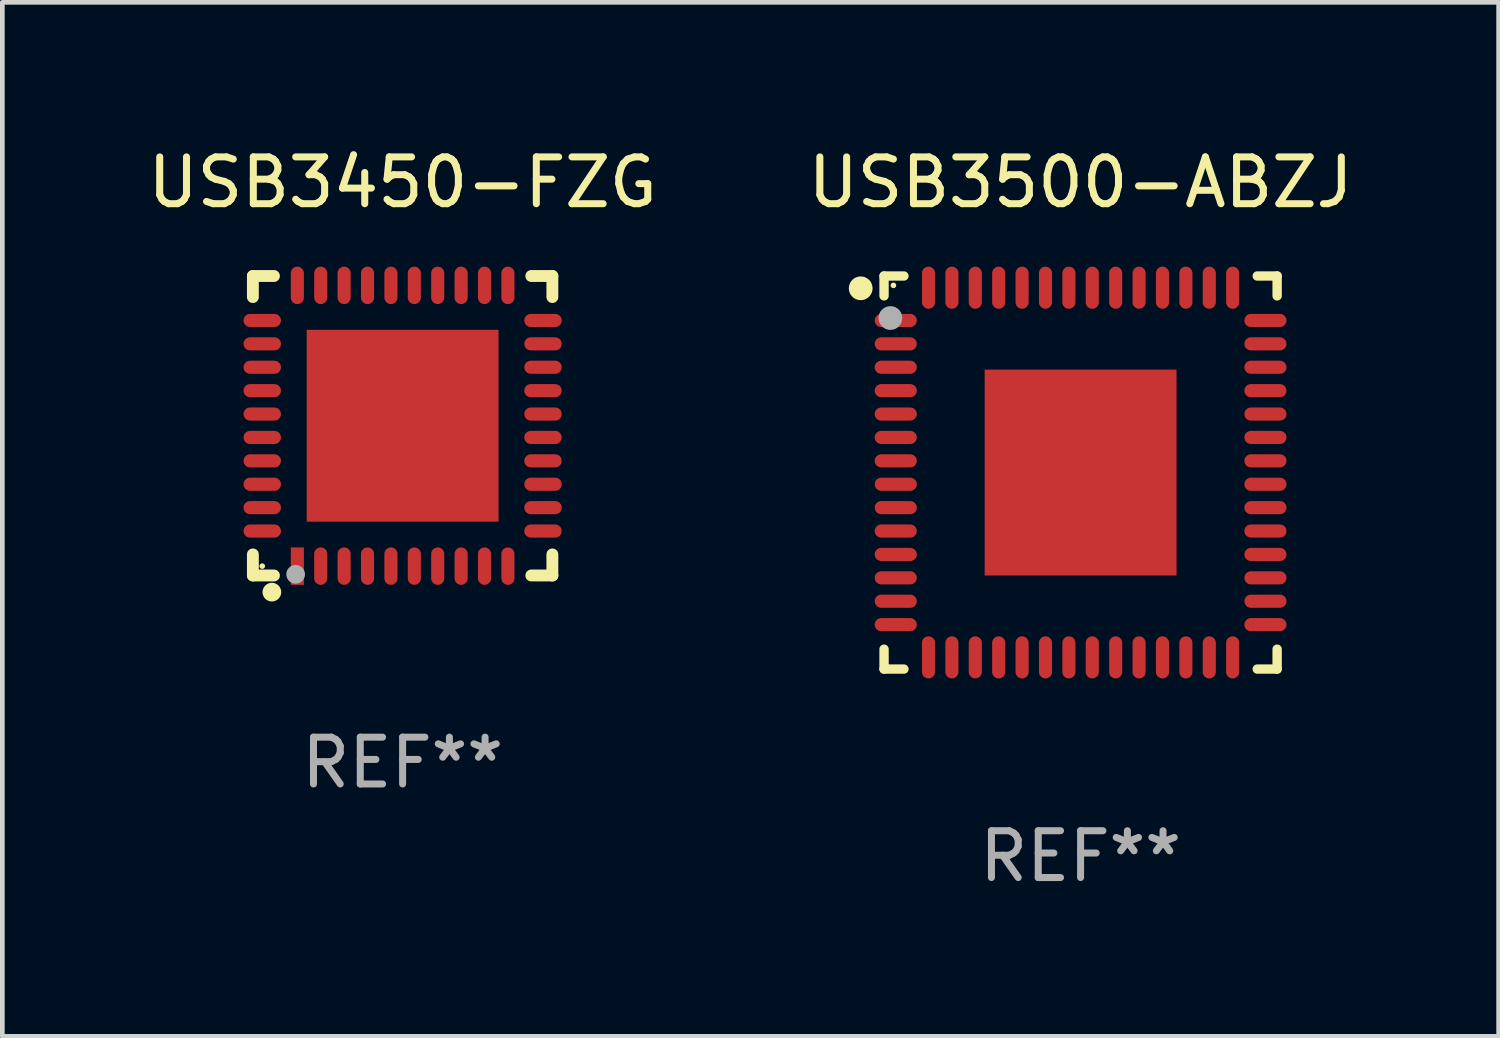
<source format=kicad_pcb>
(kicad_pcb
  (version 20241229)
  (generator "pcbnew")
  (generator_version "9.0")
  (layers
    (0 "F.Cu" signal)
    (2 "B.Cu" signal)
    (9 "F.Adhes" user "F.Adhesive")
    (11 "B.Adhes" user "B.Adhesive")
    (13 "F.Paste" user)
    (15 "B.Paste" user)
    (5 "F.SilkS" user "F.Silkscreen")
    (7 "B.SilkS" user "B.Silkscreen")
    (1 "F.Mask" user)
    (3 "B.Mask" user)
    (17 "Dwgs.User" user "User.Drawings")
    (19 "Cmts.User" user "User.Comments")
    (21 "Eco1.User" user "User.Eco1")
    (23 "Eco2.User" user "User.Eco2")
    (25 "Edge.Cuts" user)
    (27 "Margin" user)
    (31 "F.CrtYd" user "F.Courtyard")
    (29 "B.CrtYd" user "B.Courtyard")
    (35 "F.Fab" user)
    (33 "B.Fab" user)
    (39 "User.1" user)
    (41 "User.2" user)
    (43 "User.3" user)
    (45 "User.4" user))
  (footprint "USB3500-ABZJ"
    (layer "F.Cu")
    (at 20.042 7.048)
    (property "Reference" "USB3500-ABZJ" (at 0 -6.2 0) (layer "F.SilkS") (effects (font (size 1 1) (thickness 0.15))))
    (attr through_hole)
    (fp_line (start -4.2 -4.2) (end -3.775 -4.2) (stroke (width 0.2) (type solid)) (layer "F.SilkS"))
    (fp_line (start -4.2 -3.775) (end -4.2 -4.2) (stroke (width 0.2) (type solid)) (layer "F.SilkS"))
    (fp_line (start -4.2 3.775) (end -4.2 4.2) (stroke (width 0.2) (type solid)) (layer "F.SilkS"))
    (fp_line (start -4.2 4.2) (end -3.775 4.2) (stroke (width 0.2) (type solid)) (layer "F.SilkS"))
    (fp_line (start 3.775 4.2) (end 4.2 4.2) (stroke (width 0.2) (type solid)) (layer "F.SilkS"))
    (fp_line (start 4.2 -4.2) (end 3.775 -4.2) (stroke (width 0.2) (type solid)) (layer "F.SilkS"))
    (fp_line (start 4.2 -3.775) (end 4.2 -4.2) (stroke (width 0.2) (type solid)) (layer "F.SilkS"))
    (fp_line (start 4.2 4.2) (end 4.2 3.775) (stroke (width 0.2) (type solid)) (layer "F.SilkS"))
    (fp_circle (center -4.699 -3.937) (end -4.572 -3.937) (stroke (width 0.254) (type solid)) (fill no) (layer "F.SilkS"))
    (fp_circle (center -4 -4) (end -3.97 -4) (stroke (width 0.06) (type solid)) (fill no) (layer "F.SilkS"))
    (fp_circle (center -4.064 -3.302) (end -3.937 -3.302) (stroke (width 0.254) (type solid)) (fill no) (layer "F.Fab"))
    (fp_text user "REF**" (at 0 8.2 0) (layer "F.Fab") (effects (font (size 1 1) (thickness 0.15))))
    (pad "1" smd oval (at -3.95 -3.25 90) (size 0.28 0.9) (layers "F.Cu" "F.Mask" "F.Paste"))
    (pad "2" smd oval (at -3.95 -2.75 90) (size 0.28 0.9) (layers "F.Cu" "F.Mask" "F.Paste"))
    (pad "3" smd oval (at -3.95 -2.25 90) (size 0.28 0.9) (layers "F.Cu" "F.Mask" "F.Paste"))
    (pad "4" smd oval (at -3.95 -1.75 90) (size 0.28 0.9) (layers "F.Cu" "F.Mask" "F.Paste"))
    (pad "5" smd oval (at -3.95 -1.25 90) (size 0.28 0.9) (layers "F.Cu" "F.Mask" "F.Paste"))
    (pad "6" smd oval (at -3.95 -0.75 90) (size 0.28 0.9) (layers "F.Cu" "F.Mask" "F.Paste"))
    (pad "7" smd oval (at -3.95 -0.25 90) (size 0.28 0.9) (layers "F.Cu" "F.Mask" "F.Paste"))
    (pad "8" smd oval (at -3.95 0.25 90) (size 0.28 0.9) (layers "F.Cu" "F.Mask" "F.Paste"))
    (pad "9" smd oval (at -3.95 0.75 90) (size 0.28 0.9) (layers "F.Cu" "F.Mask" "F.Paste"))
    (pad "10" smd oval (at -3.95 1.25 90) (size 0.28 0.9) (layers "F.Cu" "F.Mask" "F.Paste"))
    (pad "11" smd oval (at -3.95 1.75 90) (size 0.28 0.9) (layers "F.Cu" "F.Mask" "F.Paste"))
    (pad "12" smd oval (at -3.95 2.25 90) (size 0.28 0.9) (layers "F.Cu" "F.Mask" "F.Paste"))
    (pad "13" smd oval (at -3.95 2.75 90) (size 0.28 0.9) (layers "F.Cu" "F.Mask" "F.Paste"))
    (pad "14" smd oval (at -3.95 3.25 90) (size 0.28 0.9) (layers "F.Cu" "F.Mask" "F.Paste"))
    (pad "15" smd oval (at -3.25 3.95) (size 0.28 0.9) (layers "F.Cu" "F.Mask" "F.Paste"))
    (pad "16" smd oval (at -2.75 3.95) (size 0.28 0.9) (layers "F.Cu" "F.Mask" "F.Paste"))
    (pad "17" smd oval (at -2.25 3.95) (size 0.28 0.9) (layers "F.Cu" "F.Mask" "F.Paste"))
    (pad "18" smd oval (at -1.75 3.95) (size 0.28 0.9) (layers "F.Cu" "F.Mask" "F.Paste"))
    (pad "19" smd oval (at -1.25 3.95) (size 0.28 0.9) (layers "F.Cu" "F.Mask" "F.Paste"))
    (pad "20" smd oval (at -0.75 3.95) (size 0.28 0.9) (layers "F.Cu" "F.Mask" "F.Paste"))
    (pad "21" smd oval (at -0.25 3.95) (size 0.28 0.9) (layers "F.Cu" "F.Mask" "F.Paste"))
    (pad "22" smd oval (at 0.25 3.95) (size 0.28 0.9) (layers "F.Cu" "F.Mask" "F.Paste"))
    (pad "23" smd oval (at 0.75 3.95) (size 0.28 0.9) (layers "F.Cu" "F.Mask" "F.Paste"))
    (pad "24" smd oval (at 1.25 3.95) (size 0.28 0.9) (layers "F.Cu" "F.Mask" "F.Paste"))
    (pad "25" smd oval (at 1.75 3.95) (size 0.28 0.9) (layers "F.Cu" "F.Mask" "F.Paste"))
    (pad "26" smd oval (at 2.25 3.95) (size 0.28 0.9) (layers "F.Cu" "F.Mask" "F.Paste"))
    (pad "27" smd oval (at 2.75 3.95) (size 0.28 0.9) (layers "F.Cu" "F.Mask" "F.Paste"))
    (pad "28" smd oval (at 3.25 3.95) (size 0.28 0.9) (layers "F.Cu" "F.Mask" "F.Paste"))
    (pad "29" smd oval (at 3.95 3.25 90) (size 0.28 0.9) (layers "F.Cu" "F.Mask" "F.Paste"))
    (pad "30" smd oval (at 3.95 2.75 90) (size 0.28 0.9) (layers "F.Cu" "F.Mask" "F.Paste"))
    (pad "31" smd oval (at 3.95 2.25 90) (size 0.28 0.9) (layers "F.Cu" "F.Mask" "F.Paste"))
    (pad "32" smd oval (at 3.95 1.75 90) (size 0.28 0.9) (layers "F.Cu" "F.Mask" "F.Paste"))
    (pad "33" smd oval (at 3.95 1.25 90) (size 0.28 0.9) (layers "F.Cu" "F.Mask" "F.Paste"))
    (pad "34" smd oval (at 3.95 0.75 90) (size 0.28 0.9) (layers "F.Cu" "F.Mask" "F.Paste"))
    (pad "35" smd oval (at 3.95 0.25 90) (size 0.28 0.9) (layers "F.Cu" "F.Mask" "F.Paste"))
    (pad "36" smd oval (at 3.95 -0.25 90) (size 0.28 0.9) (layers "F.Cu" "F.Mask" "F.Paste"))
    (pad "37" smd oval (at 3.95 -0.75 90) (size 0.28 0.9) (layers "F.Cu" "F.Mask" "F.Paste"))
    (pad "38" smd oval (at 3.95 -1.25 90) (size 0.28 0.9) (layers "F.Cu" "F.Mask" "F.Paste"))
    (pad "39" smd oval (at 3.95 -1.75 90) (size 0.28 0.9) (layers "F.Cu" "F.Mask" "F.Paste"))
    (pad "40" smd oval (at 3.95 -2.25 90) (size 0.28 0.9) (layers "F.Cu" "F.Mask" "F.Paste"))
    (pad "41" smd oval (at 3.95 -2.75 90) (size 0.28 0.9) (layers "F.Cu" "F.Mask" "F.Paste"))
    (pad "42" smd oval (at 3.95 -3.25 90) (size 0.28 0.9) (layers "F.Cu" "F.Mask" "F.Paste"))
    (pad "43" smd oval (at 3.25 -3.95) (size 0.28 0.9) (layers "F.Cu" "F.Mask" "F.Paste"))
    (pad "44" smd oval (at 2.75 -3.95) (size 0.28 0.9) (layers "F.Cu" "F.Mask" "F.Paste"))
    (pad "45" smd oval (at 2.25 -3.95) (size 0.28 0.9) (layers "F.Cu" "F.Mask" "F.Paste"))
    (pad "46" smd oval (at 1.75 -3.95) (size 0.28 0.9) (layers "F.Cu" "F.Mask" "F.Paste"))
    (pad "47" smd oval (at 1.25 -3.95) (size 0.28 0.9) (layers "F.Cu" "F.Mask" "F.Paste"))
    (pad "48" smd oval (at 0.75 -3.95) (size 0.28 0.9) (layers "F.Cu" "F.Mask" "F.Paste"))
    (pad "49" smd oval (at 0.25 -3.95) (size 0.28 0.9) (layers "F.Cu" "F.Mask" "F.Paste"))
    (pad "50" smd oval (at -0.25 -3.95) (size 0.28 0.9) (layers "F.Cu" "F.Mask" "F.Paste"))
    (pad "51" smd oval (at -0.75 -3.95) (size 0.28 0.9) (layers "F.Cu" "F.Mask" "F.Paste"))
    (pad "52" smd oval (at -1.25 -3.95) (size 0.28 0.9) (layers "F.Cu" "F.Mask" "F.Paste"))
    (pad "53" smd oval (at -1.75 -3.95) (size 0.28 0.9) (layers "F.Cu" "F.Mask" "F.Paste"))
    (pad "54" smd oval (at -2.25 -3.95) (size 0.28 0.9) (layers "F.Cu" "F.Mask" "F.Paste"))
    (pad "55" smd oval (at -2.75 -3.95) (size 0.28 0.9) (layers "F.Cu" "F.Mask" "F.Paste"))
    (pad "56" smd oval (at -3.25 -3.95) (size 0.28 0.9) (layers "F.Cu" "F.Mask" "F.Paste"))
    (pad "57" smd rect (at 0 0.000051) (size 4.1 4.4) (layers "F.Cu" "F.Mask" "F.Paste")))
  (footprint "USB3450-FZG"
    (layer "F.Cu")
    (at 5.554 6.048)
    (property "Reference" "USB3450-FZG" (at 0 -5.2 0) (layer "F.SilkS") (effects (font (size 1 1) (thickness 0.15))))
    (attr through_hole)
    (fp_line (start -3.2 -3.2) (end -3.2 -2.75) (stroke (width 0.254) (type solid)) (layer "F.SilkS"))
    (fp_line (start -3.2 3.2) (end -3.2 2.75) (stroke (width 0.254) (type solid)) (layer "F.SilkS"))
    (fp_line (start -2.75 -3.2) (end -3.2 -3.2) (stroke (width 0.254) (type solid)) (layer "F.SilkS"))
    (fp_line (start -2.75 3.2) (end -3.2 3.2) (stroke (width 0.254) (type solid)) (layer "F.SilkS"))
    (fp_line (start 3.2 -3.2) (end 2.75 -3.2) (stroke (width 0.254) (type solid)) (layer "F.SilkS"))
    (fp_line (start 3.2 -2.75) (end 3.2 -3.2) (stroke (width 0.254) (type solid)) (layer "F.SilkS"))
    (fp_line (start 3.2 2.75) (end 3.2 3.2) (stroke (width 0.254) (type solid)) (layer "F.SilkS"))
    (fp_line (start 3.2 3.2) (end 2.75 3.2) (stroke (width 0.254) (type solid)) (layer "F.SilkS"))
    (fp_circle (center -3 3) (end -2.97 3) (stroke (width 0.06) (type solid)) (fill no) (layer "F.SilkS"))
    (fp_circle (center -2.794 3.556) (end -2.694 3.556) (stroke (width 0.2) (type solid)) (fill no) (layer "F.SilkS"))
    (fp_circle (center -2.286 3.175) (end -2.186 3.175) (stroke (width 0.2) (type solid)) (fill no) (layer "F.Fab"))
    (fp_text user "REF**" (at 0 7.2 0) (layer "F.Fab") (effects (font (size 1 1) (thickness 0.15))))
    (pad "1" smd rect (at -2.25 3 180) (size 0.28 0.8) (layers "F.Cu" "F.Mask" "F.Paste"))
    (pad "2" smd oval (at -1.75 3 180) (size 0.28 0.8) (layers "F.Cu" "F.Mask" "F.Paste"))
    (pad "3" smd oval (at -1.25 3 180) (size 0.28 0.8) (layers "F.Cu" "F.Mask" "F.Paste"))
    (pad "4" smd oval (at -0.75 3 180) (size 0.28 0.8) (layers "F.Cu" "F.Mask" "F.Paste"))
    (pad "5" smd oval (at -0.25 3 180) (size 0.28 0.8) (layers "F.Cu" "F.Mask" "F.Paste"))
    (pad "6" smd oval (at 0.25 3 180) (size 0.28 0.8) (layers "F.Cu" "F.Mask" "F.Paste"))
    (pad "7" smd oval (at 0.75 3 180) (size 0.28 0.8) (layers "F.Cu" "F.Mask" "F.Paste"))
    (pad "8" smd oval (at 1.25 3 180) (size 0.28 0.8) (layers "F.Cu" "F.Mask" "F.Paste"))
    (pad "9" smd oval (at 1.75 3 180) (size 0.28 0.8) (layers "F.Cu" "F.Mask" "F.Paste"))
    (pad "10" smd oval (at 2.25 3 180) (size 0.28 0.8) (layers "F.Cu" "F.Mask" "F.Paste"))
    (pad "11" smd oval (at 3 2.25 90) (size 0.28 0.8) (layers "F.Cu" "F.Mask" "F.Paste"))
    (pad "12" smd oval (at 3 1.75 90) (size 0.28 0.8) (layers "F.Cu" "F.Mask" "F.Paste"))
    (pad "13" smd oval (at 3 1.25 90) (size 0.28 0.8) (layers "F.Cu" "F.Mask" "F.Paste"))
    (pad "14" smd oval (at 3 0.75 90) (size 0.28 0.8) (layers "F.Cu" "F.Mask" "F.Paste"))
    (pad "15" smd oval (at 3 0.25 90) (size 0.28 0.8) (layers "F.Cu" "F.Mask" "F.Paste"))
    (pad "16" smd oval (at 3 -0.25 90) (size 0.28 0.8) (layers "F.Cu" "F.Mask" "F.Paste"))
    (pad "17" smd oval (at 3 -0.75 90) (size 0.28 0.8) (layers "F.Cu" "F.Mask" "F.Paste"))
    (pad "18" smd oval (at 3 -1.25 90) (size 0.28 0.8) (layers "F.Cu" "F.Mask" "F.Paste"))
    (pad "19" smd oval (at 3 -1.75 90) (size 0.28 0.8) (layers "F.Cu" "F.Mask" "F.Paste"))
    (pad "20" smd oval (at 3 -2.25 90) (size 0.28 0.8) (layers "F.Cu" "F.Mask" "F.Paste"))
    (pad "21" smd oval (at 2.25 -3 180) (size 0.28 0.8) (layers "F.Cu" "F.Mask" "F.Paste"))
    (pad "22" smd oval (at 1.75 -3 180) (size 0.28 0.8) (layers "F.Cu" "F.Mask" "F.Paste"))
    (pad "23" smd oval (at 1.25 -3 180) (size 0.28 0.8) (layers "F.Cu" "F.Mask" "F.Paste"))
    (pad "24" smd oval (at 0.75 -3 180) (size 0.28 0.8) (layers "F.Cu" "F.Mask" "F.Paste"))
    (pad "25" smd oval (at 0.25 -3 180) (size 0.28 0.8) (layers "F.Cu" "F.Mask" "F.Paste"))
    (pad "26" smd oval (at -0.25 -3 180) (size 0.28 0.8) (layers "F.Cu" "F.Mask" "F.Paste"))
    (pad "27" smd oval (at -0.75 -3 180) (size 0.28 0.8) (layers "F.Cu" "F.Mask" "F.Paste"))
    (pad "28" smd oval (at -1.25 -3 180) (size 0.28 0.8) (layers "F.Cu" "F.Mask" "F.Paste"))
    (pad "29" smd oval (at -1.75 -3 180) (size 0.28 0.8) (layers "F.Cu" "F.Mask" "F.Paste"))
    (pad "30" smd oval (at -2.25 -3 180) (size 0.28 0.8) (layers "F.Cu" "F.Mask" "F.Paste"))
    (pad "31" smd oval (at -3 -2.25 90) (size 0.28 0.8) (layers "F.Cu" "F.Mask" "F.Paste"))
    (pad "32" smd oval (at -3 -1.75 90) (size 0.28 0.8) (layers "F.Cu" "F.Mask" "F.Paste"))
    (pad "33" smd oval (at -3 -1.25 90) (size 0.28 0.8) (layers "F.Cu" "F.Mask" "F.Paste"))
    (pad "34" smd oval (at -3 -0.75 90) (size 0.28 0.8) (layers "F.Cu" "F.Mask" "F.Paste"))
    (pad "35" smd oval (at -3 -0.25 90) (size 0.28 0.8) (layers "F.Cu" "F.Mask" "F.Paste"))
    (pad "36" smd oval (at -3 0.25 90) (size 0.28 0.8) (layers "F.Cu" "F.Mask" "F.Paste"))
    (pad "37" smd oval (at -3 0.75 90) (size 0.28 0.8) (layers "F.Cu" "F.Mask" "F.Paste"))
    (pad "38" smd oval (at -3 1.25 90) (size 0.28 0.8) (layers "F.Cu" "F.Mask" "F.Paste"))
    (pad "39" smd oval (at -3 1.75 90) (size 0.28 0.8) (layers "F.Cu" "F.Mask" "F.Paste"))
    (pad "40" smd oval (at -3 2.25 90) (size 0.28 0.8) (layers "F.Cu" "F.Mask" "F.Paste"))
    (pad "41" smd rect (at 0.000025 0.000025 90) (size 4.1 4.1) (layers "F.Cu" "F.Mask" "F.Paste")))
  (gr_rect
    (start -3 -3)
    (end 28.976 19.096)
    (stroke (width 0.1) (type default))
    (fill no)
    (layer "Edge.Cuts")))
</source>
